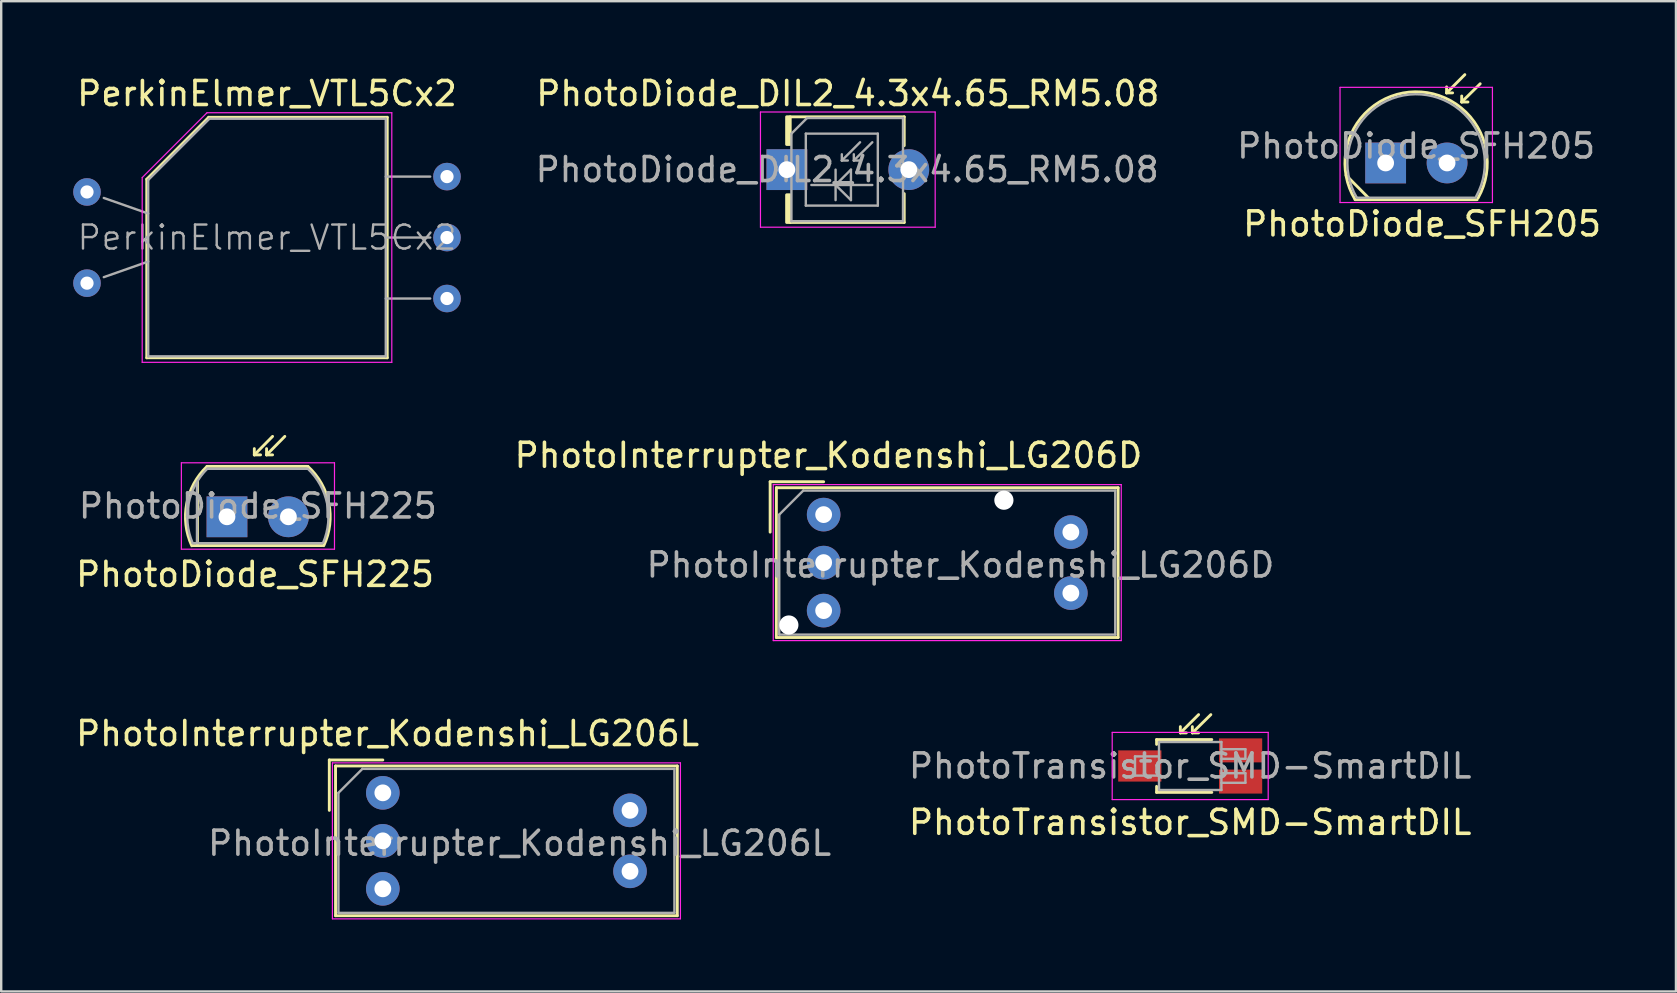
<source format=kicad_pcb>
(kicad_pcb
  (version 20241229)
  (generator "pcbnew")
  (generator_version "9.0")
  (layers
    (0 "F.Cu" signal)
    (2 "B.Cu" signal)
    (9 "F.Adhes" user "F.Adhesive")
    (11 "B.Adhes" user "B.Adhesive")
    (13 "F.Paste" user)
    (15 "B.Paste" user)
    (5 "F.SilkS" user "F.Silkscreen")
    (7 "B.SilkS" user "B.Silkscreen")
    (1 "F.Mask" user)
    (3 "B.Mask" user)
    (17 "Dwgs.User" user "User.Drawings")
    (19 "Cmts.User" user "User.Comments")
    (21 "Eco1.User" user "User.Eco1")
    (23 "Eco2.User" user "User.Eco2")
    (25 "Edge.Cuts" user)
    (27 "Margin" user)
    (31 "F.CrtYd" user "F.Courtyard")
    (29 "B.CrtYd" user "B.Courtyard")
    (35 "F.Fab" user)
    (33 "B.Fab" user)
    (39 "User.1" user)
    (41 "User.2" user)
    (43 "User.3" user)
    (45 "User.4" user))
  (footprint "PhotoInterrupter_Kodenshi_LG206D"
    (layer "F.Cu")
    (at 31.269 18.392)
    (property "Reference" "PhotoInterrupter_Kodenshi_LG206D" (at 0.2 -2.47 0) (layer "F.SilkS") (effects (font (size 1 1) (thickness 0.15))))
    (attr through_hole)
    (fp_line (start -2.23 -1.37) (end 0 -1.37) (stroke (width 0.12) (type solid)) (layer "F.SilkS"))
    (fp_line (start -2.23 0.73) (end -2.23 -1.37) (stroke (width 0.12) (type solid)) (layer "F.SilkS"))
    (fp_line (start -1.97 -1.12) (end 12.27 -1.12) (stroke (width 0.12) (type solid)) (layer "F.SilkS"))
    (fp_line (start -1.97 5.12) (end -1.97 -1.12) (stroke (width 0.12) (type solid)) (layer "F.SilkS"))
    (fp_line (start 12.27 -1.12) (end 12.27 5.12) (stroke (width 0.12) (type solid)) (layer "F.SilkS"))
    (fp_line (start 12.27 5.12) (end -1.97 5.12) (stroke (width 0.12) (type solid)) (layer "F.SilkS"))
    (fp_line (start -2.1 -1.25) (end 12.4 -1.25) (stroke (width 0.05) (type solid)) (layer "F.CrtYd"))
    (fp_line (start -2.1 5.25) (end -2.1 -1.25) (stroke (width 0.05) (type solid)) (layer "F.CrtYd"))
    (fp_line (start 12.4 -1.25) (end 12.4 5.25) (stroke (width 0.05) (type solid)) (layer "F.CrtYd"))
    (fp_line (start 12.4 5.25) (end -2.1 5.25) (stroke (width 0.05) (type solid)) (layer "F.CrtYd"))
    (fp_line (start -1.85 0) (end -0.85 -1) (stroke (width 0.1) (type solid)) (layer "F.Fab"))
    (fp_line (start -1.85 5) (end -1.85 0) (stroke (width 0.1) (type solid)) (layer "F.Fab"))
    (fp_line (start -1.85 5) (end 12.15 5) (stroke (width 0.1) (type solid)) (layer "F.Fab"))
    (fp_line (start -0.85 -1) (end 12.15 -1) (stroke (width 0.1) (type solid)) (layer "F.Fab"))
    (fp_line (start 12.15 -1) (end 12.15 5) (stroke (width 0.1) (type solid)) (layer "F.Fab"))
    (fp_text user "${REFERENCE}" (at 5.7 2.1 0) (layer "F.Fab") (effects (font (size 1 1) (thickness 0.15))))
    (pad "" np_thru_hole circle (at -1.45 4.6) (size 0.8 0.8) (drill 0.8) (layers "*.Cu" "*.Mask"))
    (pad "" np_thru_hole circle (at 7.51 -0.6) (size 0.8 0.8) (drill 0.8) (layers "*.Cu" "*.Mask"))
    (pad "1" thru_hole circle (at 0 0) (size 1.4 1.4) (drill 0.7) (layers "*.Cu" "*.Mask"))
    (pad "2" thru_hole circle (at 0 2) (size 1.4 1.4) (drill 0.7) (layers "*.Cu" "*.Mask"))
    (pad "3" thru_hole circle (at 0 4) (size 1.4 1.4) (drill 0.7) (layers "*.Cu" "*.Mask"))
    (pad "4" thru_hole circle (at 10.3 3.27) (size 1.4 1.4) (drill 0.7) (layers "*.Cu" "*.Mask"))
    (pad "5" thru_hole circle (at 10.3 0.73) (size 1.4 1.4) (drill 0.7) (layers "*.Cu" "*.Mask")))
  (footprint "PhotoInterrupter_Kodenshi_LG206L"
    (layer "F.Cu")
    (at 12.901 29.985)
    (property "Reference" "PhotoInterrupter_Kodenshi_LG206L" (at 0.2 -2.47 0) (layer "F.SilkS") (effects (font (size 1 1) (thickness 0.15))))
    (attr through_hole)
    (fp_line (start -2.23 -1.37) (end 0 -1.37) (stroke (width 0.12) (type solid)) (layer "F.SilkS"))
    (fp_line (start -2.23 0.73) (end -2.23 -1.37) (stroke (width 0.12) (type solid)) (layer "F.SilkS"))
    (fp_line (start -1.97 -1.12) (end 12.27 -1.12) (stroke (width 0.12) (type solid)) (layer "F.SilkS"))
    (fp_line (start -1.97 5.12) (end -1.97 -1.12) (stroke (width 0.12) (type solid)) (layer "F.SilkS"))
    (fp_line (start 12.27 -1.12) (end 12.27 5.12) (stroke (width 0.12) (type solid)) (layer "F.SilkS"))
    (fp_line (start 12.27 5.12) (end -1.97 5.12) (stroke (width 0.12) (type solid)) (layer "F.SilkS"))
    (fp_line (start -2.1 -1.25) (end 12.4 -1.25) (stroke (width 0.05) (type solid)) (layer "F.CrtYd"))
    (fp_line (start -2.1 5.25) (end -2.1 -1.25) (stroke (width 0.05) (type solid)) (layer "F.CrtYd"))
    (fp_line (start 12.4 -1.25) (end 12.4 5.25) (stroke (width 0.05) (type solid)) (layer "F.CrtYd"))
    (fp_line (start 12.4 5.25) (end -2.1 5.25) (stroke (width 0.05) (type solid)) (layer "F.CrtYd"))
    (fp_line (start -1.85 0) (end -0.85 -1) (stroke (width 0.1) (type solid)) (layer "F.Fab"))
    (fp_line (start -1.85 5) (end -1.85 0) (stroke (width 0.1) (type solid)) (layer "F.Fab"))
    (fp_line (start -1.85 5) (end 12.15 5) (stroke (width 0.1) (type solid)) (layer "F.Fab"))
    (fp_line (start -0.85 -1) (end 12.15 -1) (stroke (width 0.1) (type solid)) (layer "F.Fab"))
    (fp_line (start 12.15 -1) (end 12.15 5) (stroke (width 0.1) (type solid)) (layer "F.Fab"))
    (fp_text user "${REFERENCE}" (at 5.7 2.1 0) (layer "F.Fab") (effects (font (size 1 1) (thickness 0.15))))
    (pad "1" thru_hole circle (at 0 0) (size 1.4 1.4) (drill 0.7) (layers "*.Cu" "*.Mask"))
    (pad "2" thru_hole circle (at 0 2) (size 1.4 1.4) (drill 0.7) (layers "*.Cu" "*.Mask"))
    (pad "3" thru_hole circle (at 0 4) (size 1.4 1.4) (drill 0.7) (layers "*.Cu" "*.Mask"))
    (pad "4" thru_hole circle (at 10.3 3.27) (size 1.4 1.4) (drill 0.7) (layers "*.Cu" "*.Mask"))
    (pad "5" thru_hole circle (at 10.3 0.73) (size 1.4 1.4) (drill 0.7) (layers "*.Cu" "*.Mask")))
  (footprint "PhotoTransistor_SMD-SmartDIL"
    (layer "F.Cu")
    (at 46.542 28.866)
    (property "Reference" "PhotoTransistor_SMD-SmartDIL" (at 0 2.35 0) (layer "F.SilkS") (effects (font (size 1 1) (thickness 0.15))))
    (attr smd)
    (fp_line (start -1.4 -1.1) (end -1.4 -0.9) (stroke (width 0.12) (type solid)) (layer "F.SilkS"))
    (fp_line (start -1.4 -1.1) (end 0.9 -1.1) (stroke (width 0.12) (type solid)) (layer "F.SilkS"))
    (fp_line (start -1.4 1.1) (end -1.4 0.85) (stroke (width 0.12) (type solid)) (layer "F.SilkS"))
    (fp_line (start -0.41 -1.38) (end -0.41 -1.64) (stroke (width 0.12) (type solid)) (layer "F.SilkS"))
    (fp_line (start -0.41 -1.38) (end -0.16 -1.38) (stroke (width 0.12) (type solid)) (layer "F.SilkS"))
    (fp_line (start 0.09 -1.38) (end 0.09 -1.64) (stroke (width 0.12) (type solid)) (layer "F.SilkS"))
    (fp_line (start 0.09 -1.38) (end 0.35 -1.38) (stroke (width 0.12) (type solid)) (layer "F.SilkS"))
    (fp_line (start 0.35 -2.14) (end -0.41 -1.38) (stroke (width 0.12) (type solid)) (layer "F.SilkS"))
    (fp_line (start 0.86 -2.14) (end 0.09 -1.38) (stroke (width 0.12) (type solid)) (layer "F.SilkS"))
    (fp_line (start 0.9 1.1) (end -1.4 1.1) (stroke (width 0.12) (type solid)) (layer "F.SilkS"))
    (fp_line (start -3.25 -1.4) (end -3.25 1.4) (stroke (width 0.05) (type solid)) (layer "F.CrtYd"))
    (fp_line (start -3.25 -1.4) (end 3.25 -1.4) (stroke (width 0.05) (type solid)) (layer "F.CrtYd"))
    (fp_line (start 3.25 1.4) (end -3.25 1.4) (stroke (width 0.05) (type solid)) (layer "F.CrtYd"))
    (fp_line (start 3.25 1.4) (end 3.25 -1.4) (stroke (width 0.05) (type solid)) (layer "F.CrtYd"))
    (fp_line (start -2.3 -0.4) (end -2.3 0.4) (stroke (width 0.1) (type solid)) (layer "F.Fab"))
    (fp_line (start -2.3 0.4) (end -1.35 0.4) (stroke (width 0.1) (type solid)) (layer "F.Fab"))
    (fp_line (start -1.3 -1) (end -1.3 1) (stroke (width 0.1) (type solid)) (layer "F.Fab"))
    (fp_line (start -1.3 -0.4) (end -2.3 -0.4) (stroke (width 0.1) (type solid)) (layer "F.Fab"))
    (fp_line (start -1.3 1) (end 1.3 1) (stroke (width 0.1) (type solid)) (layer "F.Fab"))
    (fp_line (start 1.3 -1) (end -1.3 -1) (stroke (width 0.1) (type solid)) (layer "F.Fab"))
    (fp_line (start 1.3 -0.7) (end 2.3 -0.7) (stroke (width 0.1) (type solid)) (layer "F.Fab"))
    (fp_line (start 1.3 0.3) (end 2.3 0.3) (stroke (width 0.1) (type solid)) (layer "F.Fab"))
    (fp_line (start 1.3 1) (end 1.3 -1) (stroke (width 0.1) (type solid)) (layer "F.Fab"))
    (fp_line (start 2.3 -0.7) (end 2.3 -0.3) (stroke (width 0.1) (type solid)) (layer "F.Fab"))
    (fp_line (start 2.3 -0.3) (end 1.3 -0.3) (stroke (width 0.1) (type solid)) (layer "F.Fab"))
    (fp_line (start 2.3 0.3) (end 2.3 0.7) (stroke (width 0.1) (type solid)) (layer "F.Fab"))
    (fp_line (start 2.3 0.7) (end 1.3 0.7) (stroke (width 0.1) (type solid)) (layer "F.Fab"))
    (fp_text user "${REFERENCE}" (at 0 0 0) (layer "F.Fab") (effects (font (size 1 1) (thickness 0.15))))
    (pad "1" smd rect (at -2.1 0 180) (size 1.8 1.3) (layers "F.Cu" "F.Mask" "F.Paste"))
    (pad "2" smd rect (at 2.1 -0.65 180) (size 1.8 1) (layers "F.Cu" "F.Mask" "F.Paste"))
    (pad "3" smd rect (at 2.1 0.65 180) (size 1.8 1) (layers "F.Cu" "F.Mask" "F.Paste")))
  (footprint "PhotoDiode_DIL2_4.3x4.65_RM5.08"
    (layer "F.Cu")
    (at 29.736 4.018)
    (property "Reference" "PhotoDiode_DIL2_4.3x4.65_RM5.08" (at 2.54 -3.17 0) (layer "F.SilkS") (effects (font (size 1 1) (thickness 0.15))))
    (attr through_hole)
    (fp_line (start -0.01 -1.05) (end -0.01 -2.2) (stroke (width 0.12) (type solid)) (layer "F.SilkS"))
    (fp_line (start -0.01 1.05) (end -0.01 2.2) (stroke (width 0.12) (type solid)) (layer "F.SilkS"))
    (fp_line (start 0.04 -2.2) (end 0.04 -1.05) (stroke (width 0.12) (type solid)) (layer "F.SilkS"))
    (fp_line (start 0.04 2.2) (end 0.04 1.05) (stroke (width 0.12) (type solid)) (layer "F.SilkS"))
    (fp_line (start 0.09 -2.2) (end 0.09 -1.05) (stroke (width 0.12) (type solid)) (layer "F.SilkS"))
    (fp_line (start 0.09 1.05) (end 0.09 2.2) (stroke (width 0.12) (type solid)) (layer "F.SilkS"))
    (fp_line (start 0.14 -2.2) (end 4.89 -2.2) (stroke (width 0.12) (type solid)) (layer "F.SilkS"))
    (fp_line (start 0.14 -1.05) (end 0.14 -2.2) (stroke (width 0.12) (type solid)) (layer "F.SilkS"))
    (fp_line (start 0.14 2.2) (end 0.14 1.05) (stroke (width 0.12) (type solid)) (layer "F.SilkS"))
    (fp_line (start 4.89 -2.2) (end 4.89 -1) (stroke (width 0.12) (type solid)) (layer "F.SilkS"))
    (fp_line (start 4.89 1) (end 4.89 2.2) (stroke (width 0.12) (type solid)) (layer "F.SilkS"))
    (fp_line (start 4.89 2.2) (end 0.14 2.2) (stroke (width 0.12) (type solid)) (layer "F.SilkS"))
    (fp_line (start -1.1 -2.4) (end -1.1 2.4) (stroke (width 0.05) (type solid)) (layer "F.CrtYd"))
    (fp_line (start -1.1 -2.4) (end 6.18 -2.4) (stroke (width 0.05) (type solid)) (layer "F.CrtYd"))
    (fp_line (start 6.18 2.4) (end -1.1 2.4) (stroke (width 0.05) (type solid)) (layer "F.CrtYd"))
    (fp_line (start 6.18 2.4) (end 6.18 -2.4) (stroke (width 0.05) (type solid)) (layer "F.CrtYd"))
    (fp_line (start 0.19 -1.5) (end 0.84 -2.15) (stroke (width 0.1) (type solid)) (layer "F.Fab"))
    (fp_line (start 0.19 2.15) (end 0.19 -1.5) (stroke (width 0.1) (type solid)) (layer "F.Fab"))
    (fp_line (start 0.79 -1.5) (end 0.79 1.5) (stroke (width 0.1) (type solid)) (layer "F.Fab"))
    (fp_line (start 0.79 1.5) (end 3.79 1.5) (stroke (width 0.1) (type solid)) (layer "F.Fab"))
    (fp_line (start 0.84 -2.15) (end 4.84 -2.15) (stroke (width 0.1) (type solid)) (layer "F.Fab"))
    (fp_line (start 1.02 0.64) (end 3.56 0.64) (stroke (width 0.1) (type solid)) (layer "F.Fab"))
    (fp_line (start 2.03 0) (end 2.03 1.27) (stroke (width 0.1) (type solid)) (layer "F.Fab"))
    (fp_line (start 2.03 0.64) (end 2.67 0) (stroke (width 0.1) (type solid)) (layer "F.Fab"))
    (fp_line (start 2.29 -0.38) (end 2.29 -0.64) (stroke (width 0.1) (type solid)) (layer "F.Fab"))
    (fp_line (start 2.29 -0.38) (end 2.54 -0.38) (stroke (width 0.1) (type solid)) (layer "F.Fab"))
    (fp_line (start 2.67 0) (end 2.67 1.27) (stroke (width 0.1) (type solid)) (layer "F.Fab"))
    (fp_line (start 2.67 1.27) (end 2.03 0.64) (stroke (width 0.1) (type solid)) (layer "F.Fab"))
    (fp_line (start 2.79 -0.38) (end 2.79 -0.64) (stroke (width 0.1) (type solid)) (layer "F.Fab"))
    (fp_line (start 2.79 -0.38) (end 3.05 -0.38) (stroke (width 0.1) (type solid)) (layer "F.Fab"))
    (fp_line (start 3.05 -1.14) (end 2.29 -0.38) (stroke (width 0.1) (type solid)) (layer "F.Fab"))
    (fp_line (start 3.56 -1.14) (end 2.79 -0.38) (stroke (width 0.1) (type solid)) (layer "F.Fab"))
    (fp_line (start 3.79 -1.5) (end 0.79 -1.5) (stroke (width 0.1) (type solid)) (layer "F.Fab"))
    (fp_line (start 3.79 1.5) (end 3.79 -1.5) (stroke (width 0.1) (type solid)) (layer "F.Fab"))
    (fp_line (start 4.84 -2.15) (end 4.84 2.15) (stroke (width 0.1) (type solid)) (layer "F.Fab"))
    (fp_line (start 4.84 2.15) (end 0.19 2.15) (stroke (width 0.1) (type solid)) (layer "F.Fab"))
    (fp_text user "${REFERENCE}" (at 2.515 0 0) (layer "F.Fab") (effects (font (size 1 1) (thickness 0.15))))
    (pad "1" thru_hole rect (at 0 0 180) (size 1.7 1.7) (drill 0.7) (layers "*.Cu" "*.Mask"))
    (pad "2" thru_hole circle (at 5.08 0 180) (size 1.7 1.7) (drill 0.7) (layers "*.Cu" "*.Mask")))
  (footprint "PhotoDiode_SFH205"
    (layer "F.Cu")
    (at 54.685 3.74)
    (property "Reference" "PhotoDiode_SFH205" (at 1.52 2.54 0) (layer "F.SilkS") (effects (font (size 1 1) (thickness 0.15))))
    (attr through_hole)
    (fp_line (start -1.65 0.51) (end -0.64 1.53) (stroke (width 0.12) (type solid)) (layer "F.SilkS"))
    (fp_line (start -1.27 1.53) (end 3.81 1.53) (stroke (width 0.12) (type solid)) (layer "F.SilkS"))
    (fp_line (start 2.54 -2.92) (end 2.54 -3.17) (stroke (width 0.12) (type solid)) (layer "F.SilkS"))
    (fp_line (start 2.54 -2.92) (end 2.79 -2.92) (stroke (width 0.12) (type solid)) (layer "F.SilkS"))
    (fp_line (start 3.17 -2.54) (end 3.17 -2.79) (stroke (width 0.12) (type solid)) (layer "F.SilkS"))
    (fp_line (start 3.17 -2.54) (end 3.43 -2.54) (stroke (width 0.12) (type solid)) (layer "F.SilkS"))
    (fp_line (start 3.3 -3.68) (end 2.54 -2.92) (stroke (width 0.12) (type solid)) (layer "F.SilkS"))
    (fp_line (start 3.94 -3.3) (end 3.17 -2.54) (stroke (width 0.12) (type solid)) (layer "F.SilkS"))
    (fp_arc (start -1.27 1.53) (mid 1.227917 -2.964916) (end 3.8524 1.457295) (stroke (width 0.12) (type solid)) (layer "F.SilkS"))
    (fp_line (start -1.9 -3.15) (end -1.9 1.65) (stroke (width 0.05) (type solid)) (layer "F.CrtYd"))
    (fp_line (start -1.9 1.65) (end 4.45 1.65) (stroke (width 0.05) (type solid)) (layer "F.CrtYd"))
    (fp_line (start 4.45 -3.15) (end -1.9 -3.15) (stroke (width 0.05) (type solid)) (layer "F.CrtYd"))
    (fp_line (start 4.45 1.65) (end 4.45 -3.15) (stroke (width 0.05) (type solid)) (layer "F.CrtYd"))
    (fp_line (start -1.2 1.45) (end 3.75 1.45) (stroke (width 0.1) (type solid)) (layer "F.Fab"))
    (fp_arc (start -1.2 1.45) (mid 1.236766 -2.863965) (end 3.772982 1.392293) (stroke (width 0.1) (type solid)) (layer "F.Fab"))
    (fp_text user "${REFERENCE}" (at 1.27 -0.707 0) (layer "F.Fab") (effects (font (size 1 1) (thickness 0.15))))
    (pad "1" thru_hole rect (at 0 0 180) (size 1.7 1.7) (drill 0.7) (layers "*.Cu" "*.Mask"))
    (pad "2" thru_hole circle (at 2.56 0 180) (size 1.7 1.7) (drill 0.7) (layers "*.Cu" "*.Mask")))
  (footprint "PerkinElmer_VTL5Cx2"
    (layer "F.Cu")
    (at 0.575 4.948)
    (property "Reference" "PerkinElmer_VTL5Cx2" (at 7.5 -4.1 0) (layer "F.SilkS") (effects (font (size 1 1) (thickness 0.15))))
    (attr through_hole)
    (fp_line (start 2.49 -0.53) (end 2.49 6.91) (stroke (width 0.12) (type solid)) (layer "F.SilkS"))
    (fp_line (start 2.49 6.91) (end 12.51 6.91) (stroke (width 0.12) (type solid)) (layer "F.SilkS"))
    (fp_line (start 5.07 -3.11) (end 2.49 -0.53) (stroke (width 0.12) (type solid)) (layer "F.SilkS"))
    (fp_line (start 12.51 -3.11) (end 5.07 -3.11) (stroke (width 0.12) (type solid)) (layer "F.SilkS"))
    (fp_line (start 12.51 6.91) (end 12.51 -3.11) (stroke (width 0.12) (type solid)) (layer "F.SilkS"))
    (fp_line (start 2.3 -0.6) (end 5 -3.3) (stroke (width 0.05) (type solid)) (layer "F.CrtYd"))
    (fp_line (start 2.3 7.1) (end 2.3 -0.6) (stroke (width 0.05) (type solid)) (layer "F.CrtYd"))
    (fp_line (start 5 -3.3) (end 12.7 -3.3) (stroke (width 0.05) (type solid)) (layer "F.CrtYd"))
    (fp_line (start 12.7 -3.3) (end 12.7 7.1) (stroke (width 0.05) (type solid)) (layer "F.CrtYd"))
    (fp_line (start 12.7 7.1) (end 2.3 7.1) (stroke (width 0.05) (type solid)) (layer "F.CrtYd"))
    (fp_line (start 0.7 0.25) (end 2.55 0.9) (stroke (width 0.1) (type solid)) (layer "F.Fab"))
    (fp_line (start 0.7 3.55) (end 2.55 2.9) (stroke (width 0.1) (type solid)) (layer "F.Fab"))
    (fp_line (start 2.55 6.85) (end 2.55 -0.5) (stroke (width 0.1) (type solid)) (layer "F.Fab"))
    (fp_line (start 5.1 -3.05) (end 2.55 -0.5) (stroke (width 0.1) (type solid)) (layer "F.Fab"))
    (fp_line (start 5.1 -3.05) (end 12.45 -3.05) (stroke (width 0.1) (type solid)) (layer "F.Fab"))
    (fp_line (start 12.45 -3.05) (end 12.45 6.85) (stroke (width 0.1) (type solid)) (layer "F.Fab"))
    (fp_line (start 12.45 6.85) (end 2.55 6.85) (stroke (width 0.1) (type solid)) (layer "F.Fab"))
    (fp_line (start 14.3 -0.64) (end 12.45 -0.64) (stroke (width 0.1) (type solid)) (layer "F.Fab"))
    (fp_line (start 14.3 1.9) (end 12.45 1.9) (stroke (width 0.1) (type solid)) (layer "F.Fab"))
    (fp_line (start 14.3 4.44) (end 12.45 4.44) (stroke (width 0.1) (type solid)) (layer "F.Fab"))
    (fp_text user "${REFERENCE}" (at 7.5 1.9 0) (layer "F.Fab") (effects (font (size 1 1) (thickness 0.1))))
    (pad "1" thru_hole circle (at 0 0) (size 1.15 1.15) (drill 0.55) (layers "*.Cu" "*.Mask"))
    (pad "2" thru_hole circle (at 0 3.8) (size 1.15 1.15) (drill 0.55) (layers "*.Cu" "*.Mask"))
    (pad "3" thru_hole circle (at 15 -0.64) (size 1.15 1.15) (drill 0.55) (layers "*.Cu" "*.Mask"))
    (pad "4" thru_hole circle (at 15 1.9) (size 1.15 1.15) (drill 0.55) (layers "*.Cu" "*.Mask"))
    (pad "5" thru_hole circle (at 15 4.44) (size 1.15 1.15) (drill 0.55) (layers "*.Cu" "*.Mask")))
  (footprint "PhotoDiode_SFH225"
    (layer "F.Cu")
    (at 6.407 18.483)
    (property "Reference" "PhotoDiode_SFH225" (at 1.17 2.4 0) (layer "F.SilkS") (effects (font (size 1 1) (thickness 0.15))))
    (attr through_hole)
    (fp_line (start -1.23 -1.5) (end -1.23 1.2) (stroke (width 0.12) (type solid)) (layer "F.SilkS"))
    (fp_line (start -0.83 -2.1) (end 3.37 -2.1) (stroke (width 0.12) (type solid)) (layer "F.SilkS"))
    (fp_line (start 1.14 -2.58) (end 1.14 -2.84) (stroke (width 0.12) (type solid)) (layer "F.SilkS"))
    (fp_line (start 1.14 -2.58) (end 1.4 -2.58) (stroke (width 0.12) (type solid)) (layer "F.SilkS"))
    (fp_line (start 1.65 -2.58) (end 1.65 -2.84) (stroke (width 0.12) (type solid)) (layer "F.SilkS"))
    (fp_line (start 1.65 -2.58) (end 1.9 -2.58) (stroke (width 0.12) (type solid)) (layer "F.SilkS"))
    (fp_line (start 1.9 -3.35) (end 1.14 -2.58) (stroke (width 0.12) (type solid)) (layer "F.SilkS"))
    (fp_line (start 2.41 -3.35) (end 1.65 -2.58) (stroke (width 0.12) (type solid)) (layer "F.SilkS"))
    (fp_line (start 3.97 1.2) (end -1.43 1.2) (stroke (width 0.12) (type solid)) (layer "F.SilkS"))
    (fp_arc (start -1.466725 1.207344) (mid -1.677707 -0.548237) (end -0.83 -2.1) (stroke (width 0.12) (type solid)) (layer "F.SilkS"))
    (fp_arc (start 3.37 -2.1) (mid 4.246456 -0.557936) (end 4.033746 1.202998) (stroke (width 0.12) (type solid)) (layer "F.SilkS"))
    (fp_line (start -1.9 -2.25) (end -1.9 1.35) (stroke (width 0.05) (type solid)) (layer "F.CrtYd"))
    (fp_line (start -1.9 -2.25) (end 4.48 -2.25) (stroke (width 0.05) (type solid)) (layer "F.CrtYd"))
    (fp_line (start 4.48 1.35) (end -1.9 1.35) (stroke (width 0.05) (type solid)) (layer "F.CrtYd"))
    (fp_line (start 4.48 1.35) (end 4.48 -2.25) (stroke (width 0.05) (type solid)) (layer "F.CrtYd"))
    (fp_line (start -1.43 1.1) (end 3.97 1.1) (stroke (width 0.1) (type solid)) (layer "F.Fab"))
    (fp_line (start -1.25 1.05) (end -1.25 -1.4) (stroke (width 0.1) (type solid)) (layer "F.Fab"))
    (fp_line (start 3.37 -2) (end -0.83 -2) (stroke (width 0.1) (type solid)) (layer "F.Fab"))
    (fp_arc (start -1.43 1.1) (mid -1.598219 -0.554044) (end -0.806363 -2.015934) (stroke (width 0.1) (type solid)) (layer "F.Fab"))
    (fp_arc (start 3.37 -2) (mid 4.171123 -0.5603) (end 4.008738 1.079262) (stroke (width 0.1) (type solid)) (layer "F.Fab"))
    (fp_text user "${REFERENCE}" (at 1.288 -0.45 0) (layer "F.Fab") (effects (font (size 1 1) (thickness 0.15))))
    (pad "1" thru_hole rect (at 0 0 180) (size 1.7 1.7) (drill 0.7) (layers "*.Cu" "*.Mask"))
    (pad "2" thru_hole circle (at 2.56 0 180) (size 1.7 1.7) (drill 0.7) (layers "*.Cu" "*.Mask")))
  (gr_rect
    (start -3 -3)
    (end 66.782 38.26)
    (stroke (width 0.1) (type default))
    (fill no)
    (layer "Edge.Cuts")))
</source>
